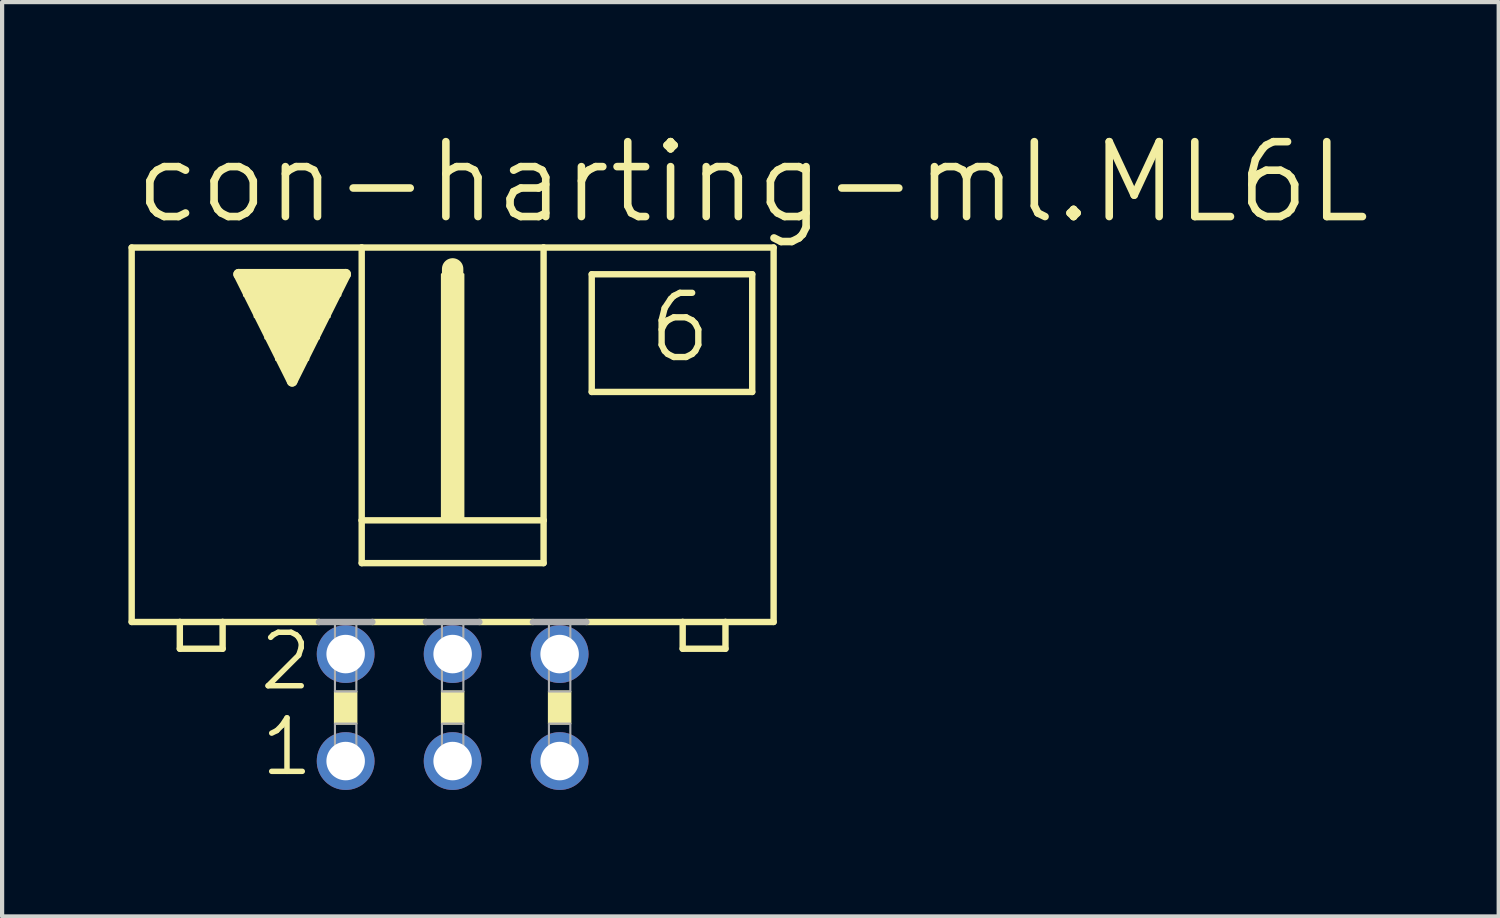
<source format=kicad_pcb>
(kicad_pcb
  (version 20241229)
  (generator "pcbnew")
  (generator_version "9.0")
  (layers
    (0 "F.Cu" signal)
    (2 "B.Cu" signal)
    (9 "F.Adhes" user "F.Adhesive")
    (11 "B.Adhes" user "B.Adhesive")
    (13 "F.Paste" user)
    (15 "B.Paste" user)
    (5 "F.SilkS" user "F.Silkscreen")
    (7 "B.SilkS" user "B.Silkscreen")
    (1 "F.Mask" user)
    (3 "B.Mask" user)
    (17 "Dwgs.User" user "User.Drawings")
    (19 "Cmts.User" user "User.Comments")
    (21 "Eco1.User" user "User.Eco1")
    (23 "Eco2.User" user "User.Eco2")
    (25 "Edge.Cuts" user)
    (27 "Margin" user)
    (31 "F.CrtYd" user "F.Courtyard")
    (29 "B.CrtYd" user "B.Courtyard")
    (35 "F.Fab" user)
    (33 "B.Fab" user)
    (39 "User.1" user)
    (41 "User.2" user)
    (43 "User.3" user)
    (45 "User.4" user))
  (footprint "con-harting-ml.ML6L"
    (layer "F.Cu")
    (at 7.696 13.748)
    (property "Reference" "con-harting-ml.ML6L" (at -7.645 -11.43 0) (layer "F.SilkS") (effects (font (size 1.778 1.778) (thickness 0.18)) (justify left bottom)))
    (attr through_hole)
    (fp_line (start -7.62 -10.922) (end -7.62 -2.032) (stroke (width 0.152) (type default)) (layer "F.SilkS"))
    (fp_line (start -7.62 -2.032) (end -6.477 -2.032) (stroke (width 0.152) (type default)) (layer "F.SilkS"))
    (fp_line (start -6.477 -2.032) (end -6.477 -1.397) (stroke (width 0.152) (type default)) (layer "F.SilkS"))
    (fp_line (start -6.477 -2.032) (end -5.461 -2.032) (stroke (width 0.152) (type default)) (layer "F.SilkS"))
    (fp_line (start -5.461 -2.032) (end -5.461 -1.397) (stroke (width 0.152) (type default)) (layer "F.SilkS"))
    (fp_line (start -5.461 -2.032) (end -3.175 -2.032) (stroke (width 0.152) (type default)) (layer "F.SilkS"))
    (fp_line (start -5.461 -1.397) (end -6.477 -1.397) (stroke (width 0.152) (type default)) (layer "F.SilkS"))
    (fp_line (start -5.08 -10.287) (end -2.54 -10.287) (stroke (width 0.254) (type default)) (layer "F.SilkS"))
    (fp_line (start -3.81 -7.747) (end -5.08 -10.287) (stroke (width 0.254) (type default)) (layer "F.SilkS"))
    (fp_line (start -2.54 -10.287) (end -3.81 -7.747) (stroke (width 0.254) (type default)) (layer "F.SilkS"))
    (fp_line (start -2.159 -10.922) (end -7.62 -10.922) (stroke (width 0.152) (type default)) (layer "F.SilkS"))
    (fp_line (start -2.159 -10.922) (end -2.159 -4.445) (stroke (width 0.152) (type default)) (layer "F.SilkS"))
    (fp_line (start -2.159 -10.922) (end 2.159 -10.922) (stroke (width 0.152) (type default)) (layer "F.SilkS"))
    (fp_line (start -2.159 -4.445) (end -2.159 -3.429) (stroke (width 0.152) (type default)) (layer "F.SilkS"))
    (fp_line (start -1.905 -2.032) (end -0.635 -2.032) (stroke (width 0.152) (type default)) (layer "F.SilkS"))
    (fp_line (start 0 -10.16) (end 0 -10.414) (stroke (width 0.508) (type default)) (layer "F.SilkS"))
    (fp_line (start 0.635 -2.032) (end 1.905 -2.032) (stroke (width 0.152) (type default)) (layer "F.SilkS"))
    (fp_line (start 2.159 -10.922) (end 2.159 -4.445) (stroke (width 0.152) (type default)) (layer "F.SilkS"))
    (fp_line (start 2.159 -10.922) (end 7.62 -10.922) (stroke (width 0.152) (type default)) (layer "F.SilkS"))
    (fp_line (start 2.159 -4.445) (end -2.159 -4.445) (stroke (width 0.152) (type default)) (layer "F.SilkS"))
    (fp_line (start 2.159 -4.445) (end 2.159 -3.429) (stroke (width 0.152) (type default)) (layer "F.SilkS"))
    (fp_line (start 2.159 -3.429) (end -2.159 -3.429) (stroke (width 0.152) (type default)) (layer "F.SilkS"))
    (fp_line (start 3.302 -10.287) (end 3.302 -7.493) (stroke (width 0.152) (type default)) (layer "F.SilkS"))
    (fp_line (start 3.302 -7.493) (end 7.112 -7.493) (stroke (width 0.152) (type default)) (layer "F.SilkS"))
    (fp_line (start 5.461 -2.032) (end 3.175 -2.032) (stroke (width 0.152) (type default)) (layer "F.SilkS"))
    (fp_line (start 5.461 -2.032) (end 5.461 -1.397) (stroke (width 0.152) (type default)) (layer "F.SilkS"))
    (fp_line (start 5.461 -1.397) (end 6.477 -1.397) (stroke (width 0.152) (type default)) (layer "F.SilkS"))
    (fp_line (start 6.477 -2.032) (end 5.461 -2.032) (stroke (width 0.152) (type default)) (layer "F.SilkS"))
    (fp_line (start 6.477 -2.032) (end 6.477 -1.397) (stroke (width 0.152) (type default)) (layer "F.SilkS"))
    (fp_line (start 7.112 -10.287) (end 3.302 -10.287) (stroke (width 0.152) (type default)) (layer "F.SilkS"))
    (fp_line (start 7.112 -10.287) (end 7.112 -7.493) (stroke (width 0.152) (type default)) (layer "F.SilkS"))
    (fp_line (start 7.62 -10.922) (end 7.62 -2.032) (stroke (width 0.152) (type default)) (layer "F.SilkS"))
    (fp_line (start 7.62 -2.032) (end 6.477 -2.032) (stroke (width 0.152) (type default)) (layer "F.SilkS"))
    (fp_rect (start -4.953 -9.779) (end -2.667 -10.287) (stroke (width 0.05) (type default)) (fill yes) (layer "F.SilkS"))
    (fp_rect (start -4.699 -9.271) (end -2.921 -9.779) (stroke (width 0.05) (type default)) (fill yes) (layer "F.SilkS"))
    (fp_rect (start -4.445 -8.763) (end -3.175 -9.271) (stroke (width 0.05) (type default)) (fill yes) (layer "F.SilkS"))
    (fp_rect (start -4.191 -8.255) (end -3.429 -8.763) (stroke (width 0.05) (type default)) (fill yes) (layer "F.SilkS"))
    (fp_rect (start -3.937 -8.001) (end -3.683 -8.255) (stroke (width 0.05) (type default)) (fill yes) (layer "F.SilkS"))
    (fp_rect (start -2.794 0.381) (end -2.286 -0.381) (stroke (width 0.05) (type default)) (fill yes) (layer "F.SilkS"))
    (fp_rect (start -0.254 -4.445) (end 0.254 -10.287) (stroke (width 0.05) (type default)) (fill yes) (layer "F.SilkS"))
    (fp_rect (start -0.254 0.381) (end 0.254 -0.381) (stroke (width 0.05) (type default)) (fill yes) (layer "F.SilkS"))
    (fp_rect (start 2.286 0.381) (end 2.794 -0.381) (stroke (width 0.05) (type default)) (fill yes) (layer "F.SilkS"))
    (fp_line (start -3.175 -2.032) (end -1.905 -2.032) (stroke (width 0.152) (type default)) (layer "F.Fab"))
    (fp_line (start -0.635 -2.032) (end 0.635 -2.032) (stroke (width 0.152) (type default)) (layer "F.Fab"))
    (fp_line (start 1.905 -2.032) (end 3.175 -2.032) (stroke (width 0.152) (type default)) (layer "F.Fab"))
    (fp_rect (start -2.794 -0.381) (end -2.286 -2.032) (stroke (width 0.05) (type default)) (fill no) (layer "F.Fab"))
    (fp_rect (start -2.794 1.524) (end -2.286 0.381) (stroke (width 0.05) (type default)) (fill no) (layer "F.Fab"))
    (fp_rect (start -0.254 -0.381) (end 0.254 -2.032) (stroke (width 0.05) (type default)) (fill no) (layer "F.Fab"))
    (fp_rect (start -0.254 1.524) (end 0.254 0.381) (stroke (width 0.05) (type default)) (fill no) (layer "F.Fab"))
    (fp_rect (start 2.286 -0.381) (end 2.794 -2.032) (stroke (width 0.05) (type default)) (fill no) (layer "F.Fab"))
    (fp_rect (start 2.286 1.524) (end 2.794 0.381) (stroke (width 0.05) (type default)) (fill no) (layer "F.Fab"))
    (fp_text user "6" (at 4.572 -8.128 0) (layer "F.SilkS") (effects (font (size 1.524 1.524) (thickness 0.15)) (justify left bottom)))
    (fp_text user "2" (at -4.648 -0.356 0) (layer "F.SilkS") (effects (font (size 1.27 1.27) (thickness 0.13)) (justify left bottom)))
    (fp_text user "1" (at -4.623 1.676 0) (layer "F.SilkS") (effects (font (size 1.27 1.27) (thickness 0.13)) (justify left bottom)))
    (pad "1" thru_hole circle (at -2.54 1.27) (size 1.372 1.372) (drill 0.914) (layers "*.Cu" "*.Mask"))
    (pad "2" thru_hole circle (at -2.54 -1.27) (size 1.372 1.372) (drill 0.914) (layers "*.Cu" "*.Mask"))
    (pad "3" thru_hole circle (at 0 1.27) (size 1.372 1.372) (drill 0.914) (layers "*.Cu" "*.Mask"))
    (pad "4" thru_hole circle (at 0 -1.27) (size 1.372 1.372) (drill 0.914) (layers "*.Cu" "*.Mask"))
    (pad "5" thru_hole circle (at 2.54 1.27) (size 1.372 1.372) (drill 0.914) (layers "*.Cu" "*.Mask"))
    (pad "6" thru_hole circle (at 2.54 -1.27) (size 1.372 1.372) (drill 0.914) (layers "*.Cu" "*.Mask")))
  (gr_rect
    (start -3 -3)
    (end 32.53 18.707)
    (stroke (width 0.1) (type default))
    (fill no)
    (layer "Edge.Cuts")))
</source>
